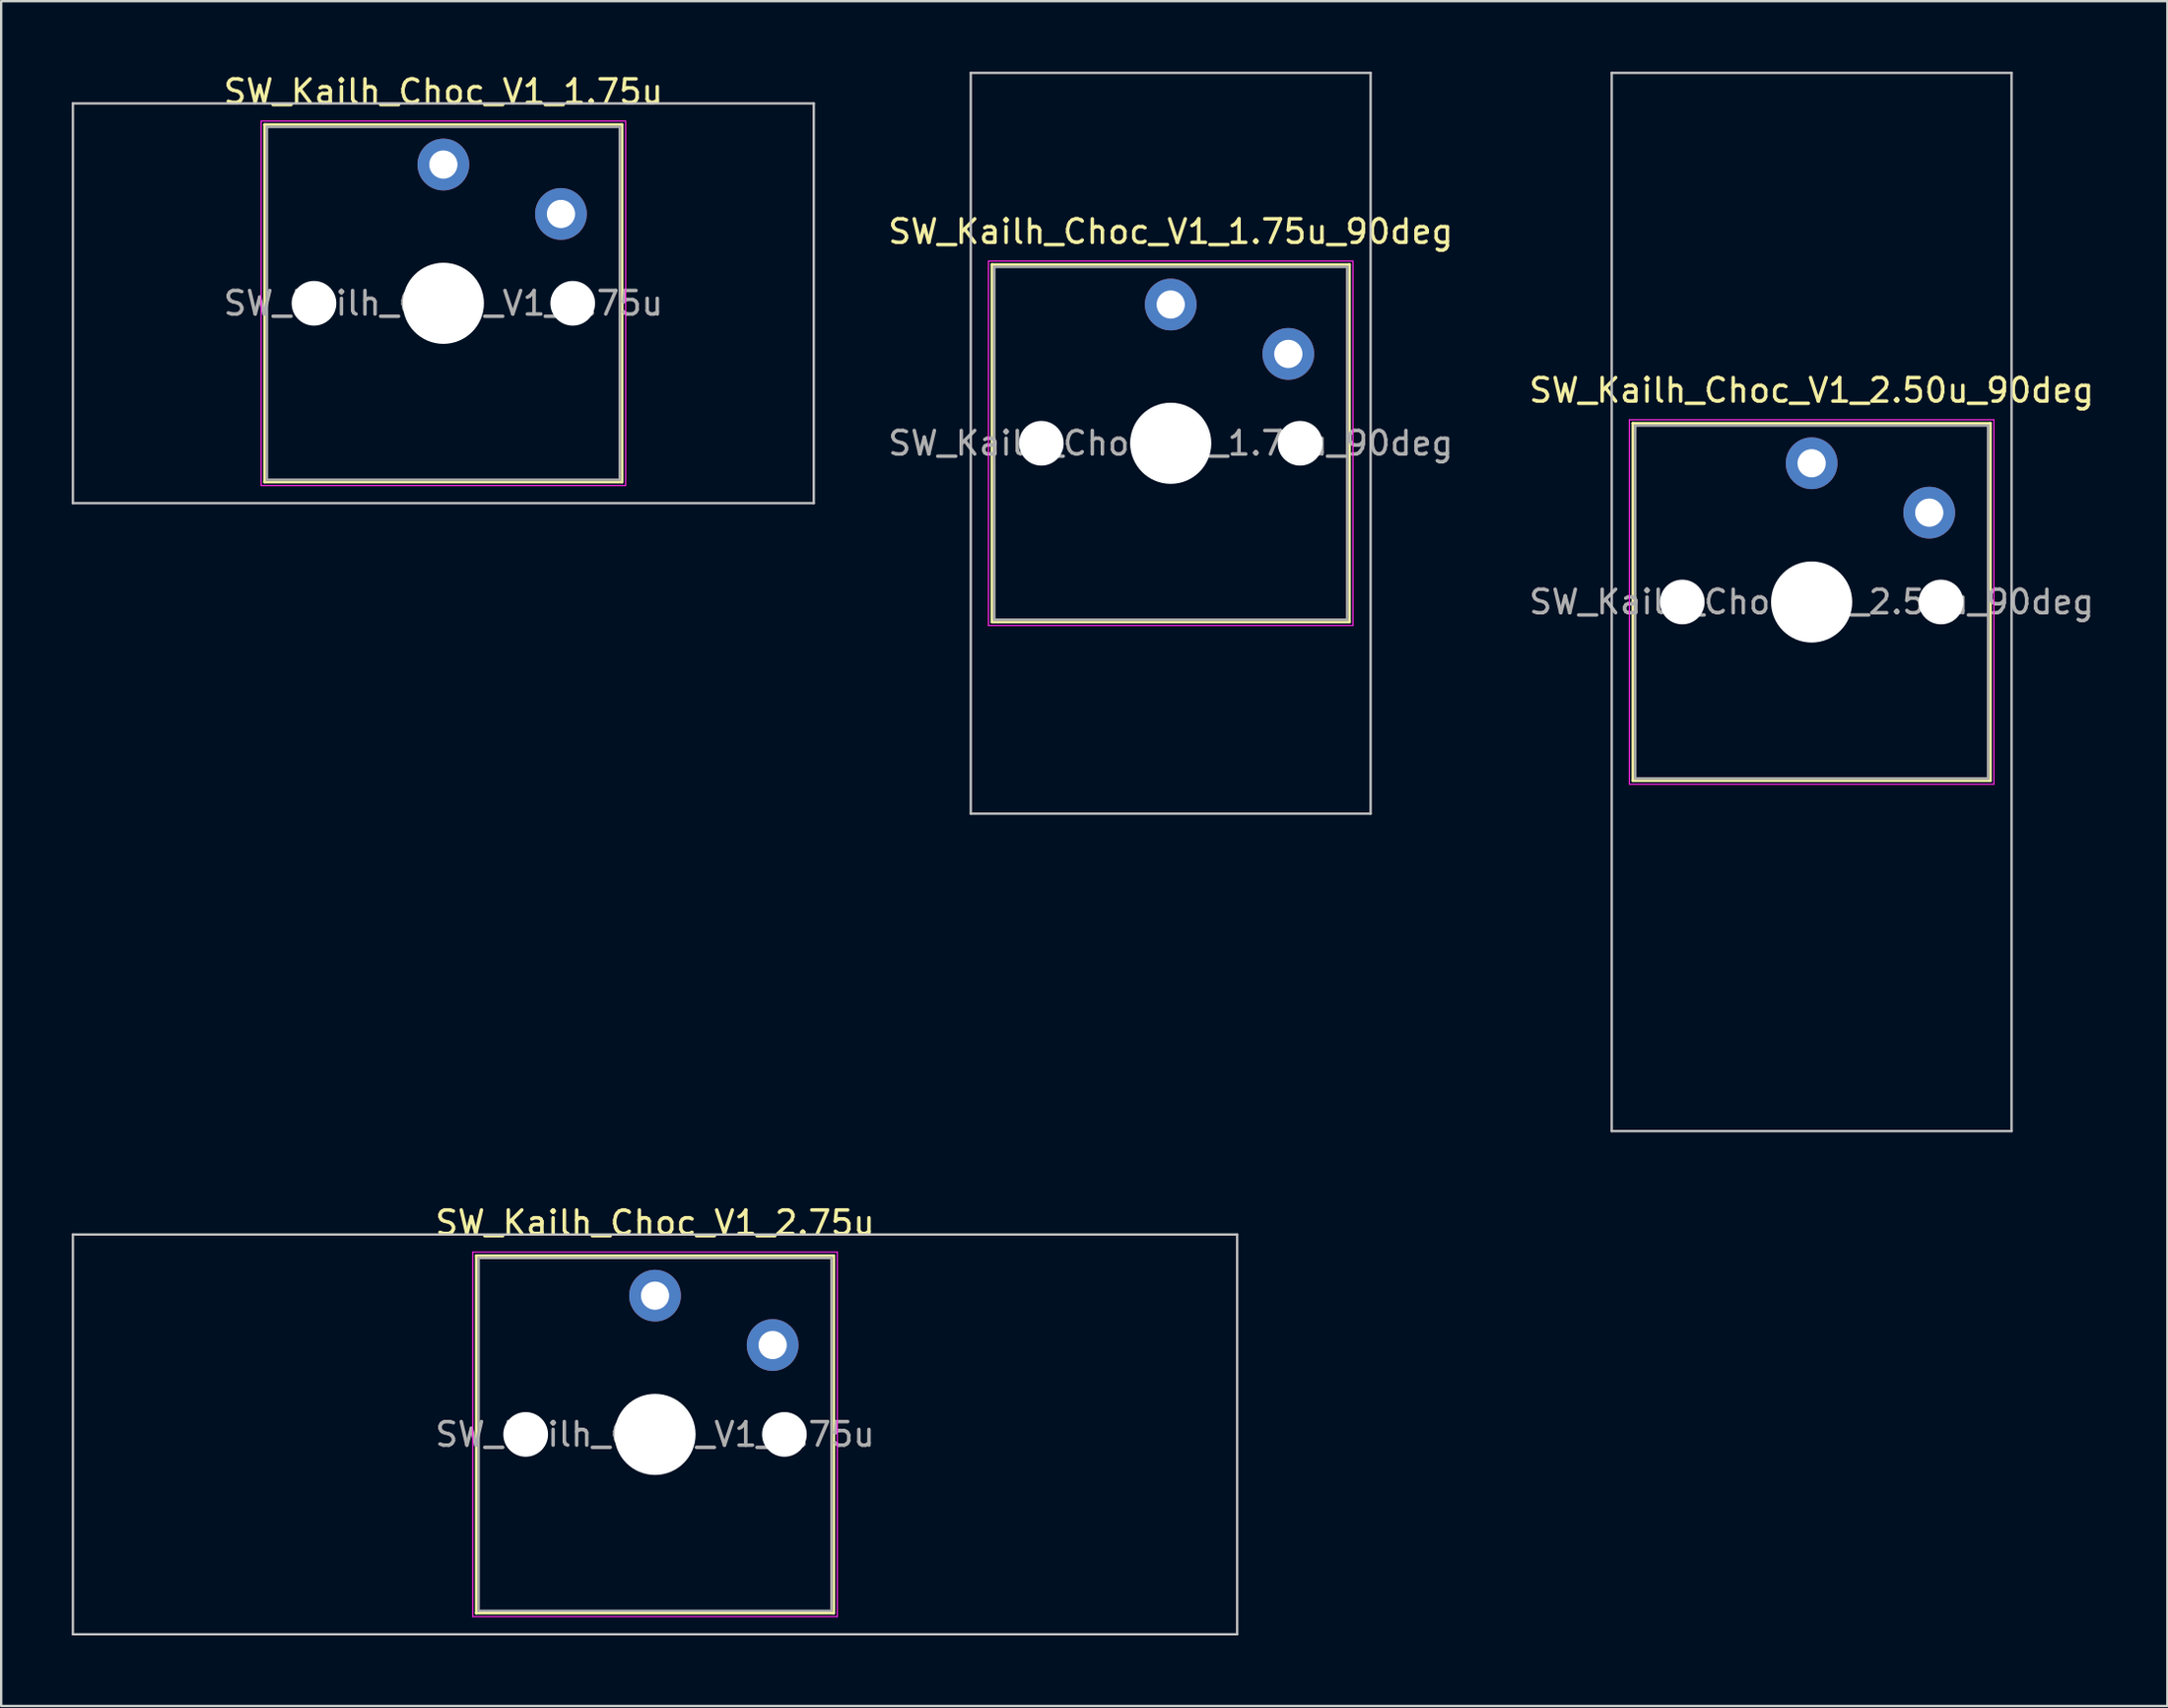
<source format=kicad_pcb>
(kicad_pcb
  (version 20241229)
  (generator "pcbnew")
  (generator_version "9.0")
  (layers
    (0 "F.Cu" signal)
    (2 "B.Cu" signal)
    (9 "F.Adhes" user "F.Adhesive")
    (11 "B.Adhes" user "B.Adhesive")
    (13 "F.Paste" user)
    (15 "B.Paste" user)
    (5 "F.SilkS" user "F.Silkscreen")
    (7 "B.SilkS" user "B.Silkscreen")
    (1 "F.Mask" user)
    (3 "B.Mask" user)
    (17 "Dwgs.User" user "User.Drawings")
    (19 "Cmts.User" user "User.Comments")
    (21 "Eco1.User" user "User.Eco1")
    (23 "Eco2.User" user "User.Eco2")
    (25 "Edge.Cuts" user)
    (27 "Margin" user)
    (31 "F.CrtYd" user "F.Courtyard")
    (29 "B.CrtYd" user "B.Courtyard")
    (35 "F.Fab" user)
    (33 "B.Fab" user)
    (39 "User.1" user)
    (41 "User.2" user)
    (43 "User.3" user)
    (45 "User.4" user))
  (footprint "SW_Kailh_Choc_V1_1.75u"
    (layer "F.Cu")
    (at 15.8 9.848)
    (property "Reference" "SW_Kailh_Choc_V1_1.75u" (at 0 -9 0) (layer "F.SilkS") (effects (font (size 1 1) (thickness 0.15))))
    (attr through_hole)
    (fp_line (start -7.6 -7.6) (end -7.6 7.6) (stroke (width 0.12) (type solid)) (layer "F.SilkS"))
    (fp_line (start -7.6 7.6) (end 7.6 7.6) (stroke (width 0.12) (type solid)) (layer "F.SilkS"))
    (fp_line (start 7.6 -7.6) (end -7.6 -7.6) (stroke (width 0.12) (type solid)) (layer "F.SilkS"))
    (fp_line (start 7.6 7.6) (end 7.6 -7.6) (stroke (width 0.12) (type solid)) (layer "F.SilkS"))
    (fp_line (start -15.75 -8.5) (end -15.75 8.5) (stroke (width 0.1) (type solid)) (layer "Dwgs.User"))
    (fp_line (start -15.75 8.5) (end 15.75 8.5) (stroke (width 0.1) (type solid)) (layer "Dwgs.User"))
    (fp_line (start 15.75 -8.5) (end -15.75 -8.5) (stroke (width 0.1) (type solid)) (layer "Dwgs.User"))
    (fp_line (start 15.75 8.5) (end 15.75 -8.5) (stroke (width 0.1) (type solid)) (layer "Dwgs.User"))
    (fp_line (start -7.25 -7.25) (end -7.25 7.25) (stroke (width 0.1) (type solid)) (layer "Eco1.User"))
    (fp_line (start -7.25 7.25) (end 7.25 7.25) (stroke (width 0.1) (type solid)) (layer "Eco1.User"))
    (fp_line (start 7.25 -7.25) (end -7.25 -7.25) (stroke (width 0.1) (type solid)) (layer "Eco1.User"))
    (fp_line (start 7.25 7.25) (end 7.25 -7.25) (stroke (width 0.1) (type solid)) (layer "Eco1.User"))
    (fp_line (start -7.75 -7.75) (end -7.75 7.75) (stroke (width 0.05) (type solid)) (layer "F.CrtYd"))
    (fp_line (start -7.75 7.75) (end 7.75 7.75) (stroke (width 0.05) (type solid)) (layer "F.CrtYd"))
    (fp_line (start 7.75 -7.75) (end -7.75 -7.75) (stroke (width 0.05) (type solid)) (layer "F.CrtYd"))
    (fp_line (start 7.75 7.75) (end 7.75 -7.75) (stroke (width 0.05) (type solid)) (layer "F.CrtYd"))
    (fp_line (start -7.5 -7.5) (end -7.5 7.5) (stroke (width 0.1) (type solid)) (layer "F.Fab"))
    (fp_line (start -7.5 7.5) (end 7.5 7.5) (stroke (width 0.1) (type solid)) (layer "F.Fab"))
    (fp_line (start 7.5 -7.5) (end -7.5 -7.5) (stroke (width 0.1) (type solid)) (layer "F.Fab"))
    (fp_line (start 7.5 7.5) (end 7.5 -7.5) (stroke (width 0.1) (type solid)) (layer "F.Fab"))
    (fp_text user "${REFERENCE}" (at 0 0 0) (layer "F.Fab") (effects (font (size 1 1) (thickness 0.15))))
    (pad "" np_thru_hole circle (at -5.5 0) (size 1.9 1.9) (drill 1.9) (layers "*.Cu" "*.Mask"))
    (pad "" smd circle (at 0 -5.9) (size 1.25 1.25) (layers "F.Mask"))
    (pad "" np_thru_hole circle (at 0 0) (size 3.45 3.45) (drill 3.45) (layers "*.Cu" "*.Mask"))
    (pad "" smd circle (at 5 -3.8) (size 1.25 1.25) (layers "F.Mask"))
    (pad "" np_thru_hole circle (at 5.5 0) (size 1.9 1.9) (drill 1.9) (layers "*.Cu" "*.Mask"))
    (pad "1" thru_hole circle (at 0 -5.9) (size 2.2 2.2) (drill 1.2) (layers "*.Cu" "B.Mask"))
    (pad "2" thru_hole circle (at 5 -3.8) (size 2.2 2.2) (drill 1.2) (layers "*.Cu" "B.Mask")))
  (footprint "SW_Kailh_Choc_V1_2.75u"
    (layer "F.Cu")
    (at 24.8 57.948)
    (property "Reference" "SW_Kailh_Choc_V1_2.75u" (at 0 -9 0) (layer "F.SilkS") (effects (font (size 1 1) (thickness 0.15))))
    (attr through_hole)
    (fp_line (start -7.6 -7.6) (end -7.6 7.6) (stroke (width 0.12) (type solid)) (layer "F.SilkS"))
    (fp_line (start -7.6 7.6) (end 7.6 7.6) (stroke (width 0.12) (type solid)) (layer "F.SilkS"))
    (fp_line (start 7.6 -7.6) (end -7.6 -7.6) (stroke (width 0.12) (type solid)) (layer "F.SilkS"))
    (fp_line (start 7.6 7.6) (end 7.6 -7.6) (stroke (width 0.12) (type solid)) (layer "F.SilkS"))
    (fp_line (start -24.75 -8.5) (end -24.75 8.5) (stroke (width 0.1) (type solid)) (layer "Dwgs.User"))
    (fp_line (start -24.75 8.5) (end 24.75 8.5) (stroke (width 0.1) (type solid)) (layer "Dwgs.User"))
    (fp_line (start 24.75 -8.5) (end -24.75 -8.5) (stroke (width 0.1) (type solid)) (layer "Dwgs.User"))
    (fp_line (start 24.75 8.5) (end 24.75 -8.5) (stroke (width 0.1) (type solid)) (layer "Dwgs.User"))
    (fp_line (start -7.25 -7.25) (end -7.25 7.25) (stroke (width 0.1) (type solid)) (layer "Eco1.User"))
    (fp_line (start -7.25 7.25) (end 7.25 7.25) (stroke (width 0.1) (type solid)) (layer "Eco1.User"))
    (fp_line (start 7.25 -7.25) (end -7.25 -7.25) (stroke (width 0.1) (type solid)) (layer "Eco1.User"))
    (fp_line (start 7.25 7.25) (end 7.25 -7.25) (stroke (width 0.1) (type solid)) (layer "Eco1.User"))
    (fp_line (start -7.75 -7.75) (end -7.75 7.75) (stroke (width 0.05) (type solid)) (layer "F.CrtYd"))
    (fp_line (start -7.75 7.75) (end 7.75 7.75) (stroke (width 0.05) (type solid)) (layer "F.CrtYd"))
    (fp_line (start 7.75 -7.75) (end -7.75 -7.75) (stroke (width 0.05) (type solid)) (layer "F.CrtYd"))
    (fp_line (start 7.75 7.75) (end 7.75 -7.75) (stroke (width 0.05) (type solid)) (layer "F.CrtYd"))
    (fp_line (start -7.5 -7.5) (end -7.5 7.5) (stroke (width 0.1) (type solid)) (layer "F.Fab"))
    (fp_line (start -7.5 7.5) (end 7.5 7.5) (stroke (width 0.1) (type solid)) (layer "F.Fab"))
    (fp_line (start 7.5 -7.5) (end -7.5 -7.5) (stroke (width 0.1) (type solid)) (layer "F.Fab"))
    (fp_line (start 7.5 7.5) (end 7.5 -7.5) (stroke (width 0.1) (type solid)) (layer "F.Fab"))
    (fp_text user "${REFERENCE}" (at 0 0 0) (layer "F.Fab") (effects (font (size 1 1) (thickness 0.15))))
    (pad "" np_thru_hole circle (at -5.5 0) (size 1.9 1.9) (drill 1.9) (layers "*.Cu" "*.Mask"))
    (pad "" smd circle (at 0 -5.9) (size 1.25 1.25) (layers "F.Mask"))
    (pad "" np_thru_hole circle (at 0 0) (size 3.45 3.45) (drill 3.45) (layers "*.Cu" "*.Mask"))
    (pad "" smd circle (at 5 -3.8) (size 1.25 1.25) (layers "F.Mask"))
    (pad "" np_thru_hole circle (at 5.5 0) (size 1.9 1.9) (drill 1.9) (layers "*.Cu" "*.Mask"))
    (pad "1" thru_hole circle (at 0 -5.9) (size 2.2 2.2) (drill 1.2) (layers "*.Cu" "B.Mask"))
    (pad "2" thru_hole circle (at 5 -3.8) (size 2.2 2.2) (drill 1.2) (layers "*.Cu" "B.Mask")))
  (footprint "SW_Kailh_Choc_V1_1.75u_90deg"
    (layer "F.Cu")
    (at 46.725 15.8)
    (property "Reference" "SW_Kailh_Choc_V1_1.75u_90deg" (at 0 -9 0) (layer "F.SilkS") (effects (font (size 1 1) (thickness 0.15))))
    (attr through_hole)
    (fp_line (start -7.6 -7.6) (end -7.6 7.6) (stroke (width 0.12) (type solid)) (layer "F.SilkS"))
    (fp_line (start -7.6 7.6) (end 7.6 7.6) (stroke (width 0.12) (type solid)) (layer "F.SilkS"))
    (fp_line (start 7.6 -7.6) (end -7.6 -7.6) (stroke (width 0.12) (type solid)) (layer "F.SilkS"))
    (fp_line (start 7.6 7.6) (end 7.6 -7.6) (stroke (width 0.12) (type solid)) (layer "F.SilkS"))
    (fp_line (start -8.5 -15.75) (end 8.5 -15.75) (stroke (width 0.1) (type solid)) (layer "Dwgs.User"))
    (fp_line (start -8.5 15.75) (end -8.5 -15.75) (stroke (width 0.1) (type solid)) (layer "Dwgs.User"))
    (fp_line (start 8.5 -15.75) (end 8.5 15.75) (stroke (width 0.1) (type solid)) (layer "Dwgs.User"))
    (fp_line (start 8.5 15.75) (end -8.5 15.75) (stroke (width 0.1) (type solid)) (layer "Dwgs.User"))
    (fp_line (start -7.25 -7.25) (end -7.25 7.25) (stroke (width 0.1) (type solid)) (layer "Eco1.User"))
    (fp_line (start -7.25 7.25) (end 7.25 7.25) (stroke (width 0.1) (type solid)) (layer "Eco1.User"))
    (fp_line (start 7.25 -7.25) (end -7.25 -7.25) (stroke (width 0.1) (type solid)) (layer "Eco1.User"))
    (fp_line (start 7.25 7.25) (end 7.25 -7.25) (stroke (width 0.1) (type solid)) (layer "Eco1.User"))
    (fp_line (start -7.75 -7.75) (end -7.75 7.75) (stroke (width 0.05) (type solid)) (layer "F.CrtYd"))
    (fp_line (start -7.75 7.75) (end 7.75 7.75) (stroke (width 0.05) (type solid)) (layer "F.CrtYd"))
    (fp_line (start 7.75 -7.75) (end -7.75 -7.75) (stroke (width 0.05) (type solid)) (layer "F.CrtYd"))
    (fp_line (start 7.75 7.75) (end 7.75 -7.75) (stroke (width 0.05) (type solid)) (layer "F.CrtYd"))
    (fp_line (start -7.5 -7.5) (end -7.5 7.5) (stroke (width 0.1) (type solid)) (layer "F.Fab"))
    (fp_line (start -7.5 7.5) (end 7.5 7.5) (stroke (width 0.1) (type solid)) (layer "F.Fab"))
    (fp_line (start 7.5 -7.5) (end -7.5 -7.5) (stroke (width 0.1) (type solid)) (layer "F.Fab"))
    (fp_line (start 7.5 7.5) (end 7.5 -7.5) (stroke (width 0.1) (type solid)) (layer "F.Fab"))
    (fp_text user "${REFERENCE}" (at 0 0 0) (layer "F.Fab") (effects (font (size 1 1) (thickness 0.15))))
    (pad "" np_thru_hole circle (at -5.5 0) (size 1.9 1.9) (drill 1.9) (layers "*.Cu" "*.Mask"))
    (pad "" smd circle (at 0 -5.9) (size 1.25 1.25) (layers "F.Mask"))
    (pad "" np_thru_hole circle (at 0 0) (size 3.45 3.45) (drill 3.45) (layers "*.Cu" "*.Mask"))
    (pad "" smd circle (at 5 -3.8) (size 1.25 1.25) (layers "F.Mask"))
    (pad "" np_thru_hole circle (at 5.5 0) (size 1.9 1.9) (drill 1.9) (layers "*.Cu" "*.Mask"))
    (pad "1" thru_hole circle (at 0 -5.9) (size 2.2 2.2) (drill 1.2) (layers "*.Cu" "B.Mask"))
    (pad "2" thru_hole circle (at 5 -3.8) (size 2.2 2.2) (drill 1.2) (layers "*.Cu" "B.Mask")))
  (footprint "SW_Kailh_Choc_V1_2.50u_90deg"
    (layer "F.Cu")
    (at 73.975 22.55)
    (property "Reference" "SW_Kailh_Choc_V1_2.50u_90deg" (at 0 -9 0) (layer "F.SilkS") (effects (font (size 1 1) (thickness 0.15))))
    (attr through_hole)
    (fp_line (start -7.6 -7.6) (end -7.6 7.6) (stroke (width 0.12) (type solid)) (layer "F.SilkS"))
    (fp_line (start -7.6 7.6) (end 7.6 7.6) (stroke (width 0.12) (type solid)) (layer "F.SilkS"))
    (fp_line (start 7.6 -7.6) (end -7.6 -7.6) (stroke (width 0.12) (type solid)) (layer "F.SilkS"))
    (fp_line (start 7.6 7.6) (end 7.6 -7.6) (stroke (width 0.12) (type solid)) (layer "F.SilkS"))
    (fp_line (start -8.5 -22.5) (end 8.5 -22.5) (stroke (width 0.1) (type solid)) (layer "Dwgs.User"))
    (fp_line (start -8.5 22.5) (end -8.5 -22.5) (stroke (width 0.1) (type solid)) (layer "Dwgs.User"))
    (fp_line (start 8.5 -22.5) (end 8.5 22.5) (stroke (width 0.1) (type solid)) (layer "Dwgs.User"))
    (fp_line (start 8.5 22.5) (end -8.5 22.5) (stroke (width 0.1) (type solid)) (layer "Dwgs.User"))
    (fp_line (start -7.25 -7.25) (end -7.25 7.25) (stroke (width 0.1) (type solid)) (layer "Eco1.User"))
    (fp_line (start -7.25 7.25) (end 7.25 7.25) (stroke (width 0.1) (type solid)) (layer "Eco1.User"))
    (fp_line (start 7.25 -7.25) (end -7.25 -7.25) (stroke (width 0.1) (type solid)) (layer "Eco1.User"))
    (fp_line (start 7.25 7.25) (end 7.25 -7.25) (stroke (width 0.1) (type solid)) (layer "Eco1.User"))
    (fp_line (start -7.75 -7.75) (end -7.75 7.75) (stroke (width 0.05) (type solid)) (layer "F.CrtYd"))
    (fp_line (start -7.75 7.75) (end 7.75 7.75) (stroke (width 0.05) (type solid)) (layer "F.CrtYd"))
    (fp_line (start 7.75 -7.75) (end -7.75 -7.75) (stroke (width 0.05) (type solid)) (layer "F.CrtYd"))
    (fp_line (start 7.75 7.75) (end 7.75 -7.75) (stroke (width 0.05) (type solid)) (layer "F.CrtYd"))
    (fp_line (start -7.5 -7.5) (end -7.5 7.5) (stroke (width 0.1) (type solid)) (layer "F.Fab"))
    (fp_line (start -7.5 7.5) (end 7.5 7.5) (stroke (width 0.1) (type solid)) (layer "F.Fab"))
    (fp_line (start 7.5 -7.5) (end -7.5 -7.5) (stroke (width 0.1) (type solid)) (layer "F.Fab"))
    (fp_line (start 7.5 7.5) (end 7.5 -7.5) (stroke (width 0.1) (type solid)) (layer "F.Fab"))
    (fp_text user "${REFERENCE}" (at 0 0 0) (layer "F.Fab") (effects (font (size 1 1) (thickness 0.15))))
    (pad "" np_thru_hole circle (at -5.5 0) (size 1.9 1.9) (drill 1.9) (layers "*.Cu" "*.Mask"))
    (pad "" smd circle (at 0 -5.9) (size 1.25 1.25) (layers "F.Mask"))
    (pad "" np_thru_hole circle (at 0 0) (size 3.45 3.45) (drill 3.45) (layers "*.Cu" "*.Mask"))
    (pad "" smd circle (at 5 -3.8) (size 1.25 1.25) (layers "F.Mask"))
    (pad "" np_thru_hole circle (at 5.5 0) (size 1.9 1.9) (drill 1.9) (layers "*.Cu" "*.Mask"))
    (pad "1" thru_hole circle (at 0 -5.9) (size 2.2 2.2) (drill 1.2) (layers "*.Cu" "B.Mask"))
    (pad "2" thru_hole circle (at 5 -3.8) (size 2.2 2.2) (drill 1.2) (layers "*.Cu" "B.Mask")))
  (gr_rect
    (start -3 -3)
    (end 89.1 69.498)
    (stroke (width 0.1) (type default))
    (fill no)
    (layer "Edge.Cuts")))
</source>
